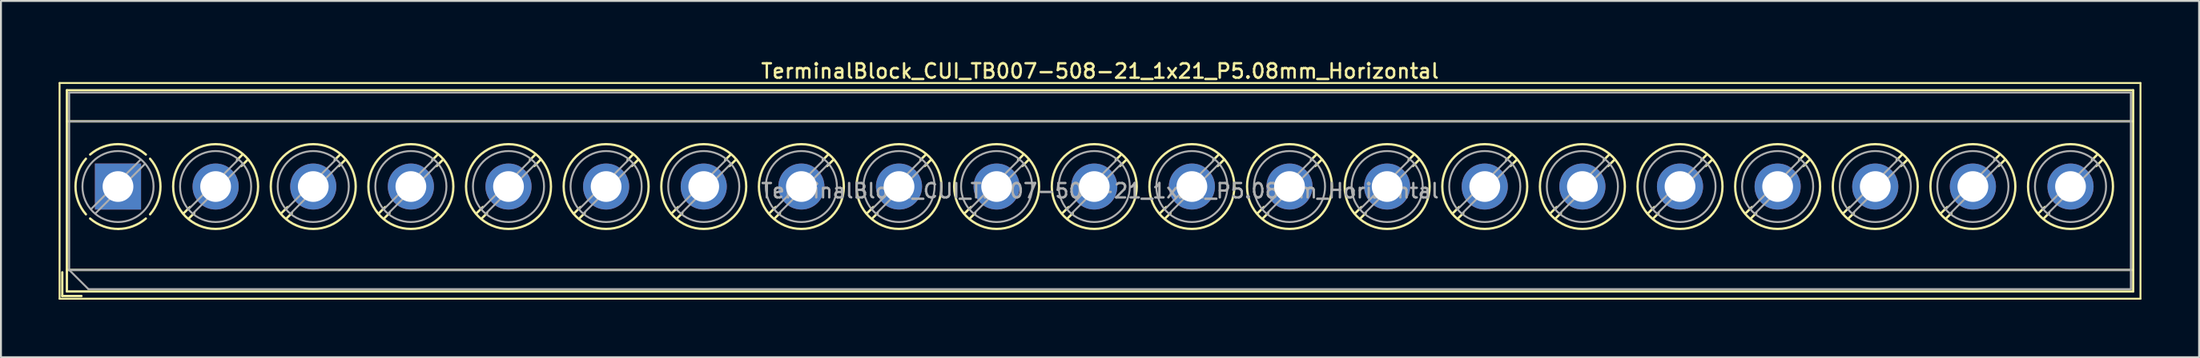
<source format=kicad_pcb>
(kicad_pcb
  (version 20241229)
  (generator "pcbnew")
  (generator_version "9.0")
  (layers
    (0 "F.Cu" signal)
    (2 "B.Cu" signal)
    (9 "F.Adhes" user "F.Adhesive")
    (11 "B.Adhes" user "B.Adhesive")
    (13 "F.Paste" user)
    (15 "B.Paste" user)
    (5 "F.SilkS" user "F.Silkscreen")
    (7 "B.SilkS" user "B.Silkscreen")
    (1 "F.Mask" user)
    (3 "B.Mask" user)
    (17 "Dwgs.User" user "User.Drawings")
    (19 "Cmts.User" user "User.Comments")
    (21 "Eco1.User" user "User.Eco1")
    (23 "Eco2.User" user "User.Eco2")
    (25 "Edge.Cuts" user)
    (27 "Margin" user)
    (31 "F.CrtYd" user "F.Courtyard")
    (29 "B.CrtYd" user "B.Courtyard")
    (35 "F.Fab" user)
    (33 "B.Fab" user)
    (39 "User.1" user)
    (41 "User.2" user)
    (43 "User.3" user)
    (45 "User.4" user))
  (footprint "TerminalBlock_CUI_TB007-508-21_1x21_P5.08mm_Horizontal"
    (layer "F.Cu")
    (at 3.09 6.678)
    (property "Reference" "TerminalBlock_CUI_TB007-508-21_1x21_P5.08mm_Horizontal" (at 51.1 -6.02 0) (layer "F.SilkS") (effects (font (size 0.75 0.75) (thickness 0.125))))
    (attr through_hole)
    (fp_line (start -3.04 -5.4) (end -3.04 5.85) (stroke (width 0.1) (type solid)) (layer "F.SilkS"))
    (fp_line (start -3.04 5.85) (end 105.24 5.85) (stroke (width 0.1) (type solid)) (layer "F.SilkS"))
    (fp_line (start -2.9 4.47) (end -2.9 5.71) (stroke (width 0.12) (type solid)) (layer "F.SilkS"))
    (fp_line (start -2.9 5.71) (end -1.9 5.71) (stroke (width 0.12) (type solid)) (layer "F.SilkS"))
    (fp_line (start -2.66 -5.02) (end -2.66 5.47) (stroke (width 0.12) (type solid)) (layer "F.SilkS"))
    (fp_line (start -2.66 -5.02) (end 104.86 -5.02) (stroke (width 0.12) (type solid)) (layer "F.SilkS"))
    (fp_line (start -2.66 -3.401) (end 104.86 -3.401) (stroke (width 0.12) (type solid)) (layer "F.SilkS"))
    (fp_line (start -2.66 4.35) (end 104.86 4.35) (stroke (width 0.12) (type solid)) (layer "F.SilkS"))
    (fp_line (start -2.66 5.47) (end 104.86 5.47) (stroke (width 0.12) (type solid)) (layer "F.SilkS"))
    (fp_line (start 3.743 1.068) (end 3.404 1.407) (stroke (width 0.12) (type solid)) (layer "F.SilkS"))
    (fp_line (start 3.967 1.384) (end 3.674 1.676) (stroke (width 0.12) (type solid)) (layer "F.SilkS"))
    (fp_line (start 6.487 -1.676) (end 6.194 -1.384) (stroke (width 0.12) (type solid)) (layer "F.SilkS"))
    (fp_line (start 6.757 -1.407) (end 6.418 -1.068) (stroke (width 0.12) (type solid)) (layer "F.SilkS"))
    (fp_line (start 8.823 1.068) (end 8.484 1.407) (stroke (width 0.12) (type solid)) (layer "F.SilkS"))
    (fp_line (start 9.047 1.384) (end 8.754 1.676) (stroke (width 0.12) (type solid)) (layer "F.SilkS"))
    (fp_line (start 11.567 -1.676) (end 11.274 -1.384) (stroke (width 0.12) (type solid)) (layer "F.SilkS"))
    (fp_line (start 11.837 -1.407) (end 11.498 -1.068) (stroke (width 0.12) (type solid)) (layer "F.SilkS"))
    (fp_line (start 13.903 1.068) (end 13.564 1.407) (stroke (width 0.12) (type solid)) (layer "F.SilkS"))
    (fp_line (start 14.127 1.384) (end 13.834 1.676) (stroke (width 0.12) (type solid)) (layer "F.SilkS"))
    (fp_line (start 16.647 -1.676) (end 16.354 -1.384) (stroke (width 0.12) (type solid)) (layer "F.SilkS"))
    (fp_line (start 16.917 -1.407) (end 16.578 -1.068) (stroke (width 0.12) (type solid)) (layer "F.SilkS"))
    (fp_line (start 18.983 1.068) (end 18.644 1.407) (stroke (width 0.12) (type solid)) (layer "F.SilkS"))
    (fp_line (start 19.207 1.384) (end 18.914 1.676) (stroke (width 0.12) (type solid)) (layer "F.SilkS"))
    (fp_line (start 21.727 -1.676) (end 21.434 -1.384) (stroke (width 0.12) (type solid)) (layer "F.SilkS"))
    (fp_line (start 21.997 -1.407) (end 21.658 -1.068) (stroke (width 0.12) (type solid)) (layer "F.SilkS"))
    (fp_line (start 24.063 1.068) (end 23.724 1.407) (stroke (width 0.12) (type solid)) (layer "F.SilkS"))
    (fp_line (start 24.287 1.384) (end 23.994 1.676) (stroke (width 0.12) (type solid)) (layer "F.SilkS"))
    (fp_line (start 26.807 -1.676) (end 26.514 -1.384) (stroke (width 0.12) (type solid)) (layer "F.SilkS"))
    (fp_line (start 27.077 -1.407) (end 26.738 -1.068) (stroke (width 0.12) (type solid)) (layer "F.SilkS"))
    (fp_line (start 29.143 1.068) (end 28.804 1.407) (stroke (width 0.12) (type solid)) (layer "F.SilkS"))
    (fp_line (start 29.367 1.384) (end 29.074 1.676) (stroke (width 0.12) (type solid)) (layer "F.SilkS"))
    (fp_line (start 31.887 -1.676) (end 31.594 -1.384) (stroke (width 0.12) (type solid)) (layer "F.SilkS"))
    (fp_line (start 32.157 -1.407) (end 31.818 -1.068) (stroke (width 0.12) (type solid)) (layer "F.SilkS"))
    (fp_line (start 34.223 1.068) (end 33.884 1.407) (stroke (width 0.12) (type solid)) (layer "F.SilkS"))
    (fp_line (start 34.447 1.384) (end 34.154 1.676) (stroke (width 0.12) (type solid)) (layer "F.SilkS"))
    (fp_line (start 36.967 -1.676) (end 36.674 -1.384) (stroke (width 0.12) (type solid)) (layer "F.SilkS"))
    (fp_line (start 37.237 -1.407) (end 36.898 -1.068) (stroke (width 0.12) (type solid)) (layer "F.SilkS"))
    (fp_line (start 39.303 1.068) (end 38.964 1.407) (stroke (width 0.12) (type solid)) (layer "F.SilkS"))
    (fp_line (start 39.527 1.384) (end 39.234 1.676) (stroke (width 0.12) (type solid)) (layer "F.SilkS"))
    (fp_line (start 42.047 -1.676) (end 41.754 -1.384) (stroke (width 0.12) (type solid)) (layer "F.SilkS"))
    (fp_line (start 42.317 -1.407) (end 41.978 -1.068) (stroke (width 0.12) (type solid)) (layer "F.SilkS"))
    (fp_line (start 44.383 1.068) (end 44.044 1.407) (stroke (width 0.12) (type solid)) (layer "F.SilkS"))
    (fp_line (start 44.607 1.384) (end 44.314 1.676) (stroke (width 0.12) (type solid)) (layer "F.SilkS"))
    (fp_line (start 47.127 -1.676) (end 46.834 -1.384) (stroke (width 0.12) (type solid)) (layer "F.SilkS"))
    (fp_line (start 47.397 -1.407) (end 47.058 -1.068) (stroke (width 0.12) (type solid)) (layer "F.SilkS"))
    (fp_line (start 49.463 1.068) (end 49.124 1.407) (stroke (width 0.12) (type solid)) (layer "F.SilkS"))
    (fp_line (start 49.687 1.384) (end 49.394 1.676) (stroke (width 0.12) (type solid)) (layer "F.SilkS"))
    (fp_line (start 52.207 -1.676) (end 51.914 -1.384) (stroke (width 0.12) (type solid)) (layer "F.SilkS"))
    (fp_line (start 52.477 -1.407) (end 52.138 -1.068) (stroke (width 0.12) (type solid)) (layer "F.SilkS"))
    (fp_line (start 54.543 1.068) (end 54.204 1.407) (stroke (width 0.12) (type solid)) (layer "F.SilkS"))
    (fp_line (start 54.767 1.384) (end 54.474 1.676) (stroke (width 0.12) (type solid)) (layer "F.SilkS"))
    (fp_line (start 57.287 -1.676) (end 56.994 -1.384) (stroke (width 0.12) (type solid)) (layer "F.SilkS"))
    (fp_line (start 57.557 -1.407) (end 57.218 -1.068) (stroke (width 0.12) (type solid)) (layer "F.SilkS"))
    (fp_line (start 59.623 1.068) (end 59.284 1.407) (stroke (width 0.12) (type solid)) (layer "F.SilkS"))
    (fp_line (start 59.847 1.384) (end 59.554 1.676) (stroke (width 0.12) (type solid)) (layer "F.SilkS"))
    (fp_line (start 62.367 -1.676) (end 62.074 -1.384) (stroke (width 0.12) (type solid)) (layer "F.SilkS"))
    (fp_line (start 62.637 -1.407) (end 62.298 -1.068) (stroke (width 0.12) (type solid)) (layer "F.SilkS"))
    (fp_line (start 64.703 1.068) (end 64.364 1.407) (stroke (width 0.12) (type solid)) (layer "F.SilkS"))
    (fp_line (start 64.927 1.384) (end 64.634 1.676) (stroke (width 0.12) (type solid)) (layer "F.SilkS"))
    (fp_line (start 67.447 -1.676) (end 67.154 -1.384) (stroke (width 0.12) (type solid)) (layer "F.SilkS"))
    (fp_line (start 67.717 -1.407) (end 67.378 -1.068) (stroke (width 0.12) (type solid)) (layer "F.SilkS"))
    (fp_line (start 69.783 1.068) (end 69.444 1.407) (stroke (width 0.12) (type solid)) (layer "F.SilkS"))
    (fp_line (start 70.007 1.384) (end 69.714 1.676) (stroke (width 0.12) (type solid)) (layer "F.SilkS"))
    (fp_line (start 72.527 -1.676) (end 72.234 -1.384) (stroke (width 0.12) (type solid)) (layer "F.SilkS"))
    (fp_line (start 72.797 -1.407) (end 72.458 -1.068) (stroke (width 0.12) (type solid)) (layer "F.SilkS"))
    (fp_line (start 74.863 1.068) (end 74.524 1.407) (stroke (width 0.12) (type solid)) (layer "F.SilkS"))
    (fp_line (start 75.087 1.384) (end 74.794 1.676) (stroke (width 0.12) (type solid)) (layer "F.SilkS"))
    (fp_line (start 77.607 -1.676) (end 77.314 -1.384) (stroke (width 0.12) (type solid)) (layer "F.SilkS"))
    (fp_line (start 77.877 -1.407) (end 77.538 -1.068) (stroke (width 0.12) (type solid)) (layer "F.SilkS"))
    (fp_line (start 79.943 1.068) (end 79.604 1.407) (stroke (width 0.12) (type solid)) (layer "F.SilkS"))
    (fp_line (start 80.167 1.384) (end 79.874 1.676) (stroke (width 0.12) (type solid)) (layer "F.SilkS"))
    (fp_line (start 82.687 -1.676) (end 82.394 -1.384) (stroke (width 0.12) (type solid)) (layer "F.SilkS"))
    (fp_line (start 82.957 -1.407) (end 82.618 -1.068) (stroke (width 0.12) (type solid)) (layer "F.SilkS"))
    (fp_line (start 85.023 1.068) (end 84.684 1.407) (stroke (width 0.12) (type solid)) (layer "F.SilkS"))
    (fp_line (start 85.247 1.384) (end 84.954 1.676) (stroke (width 0.12) (type solid)) (layer "F.SilkS"))
    (fp_line (start 87.767 -1.676) (end 87.474 -1.384) (stroke (width 0.12) (type solid)) (layer "F.SilkS"))
    (fp_line (start 88.037 -1.407) (end 87.698 -1.068) (stroke (width 0.12) (type solid)) (layer "F.SilkS"))
    (fp_line (start 90.103 1.068) (end 89.764 1.407) (stroke (width 0.12) (type solid)) (layer "F.SilkS"))
    (fp_line (start 90.327 1.384) (end 90.034 1.676) (stroke (width 0.12) (type solid)) (layer "F.SilkS"))
    (fp_line (start 92.847 -1.676) (end 92.554 -1.384) (stroke (width 0.12) (type solid)) (layer "F.SilkS"))
    (fp_line (start 93.117 -1.407) (end 92.778 -1.068) (stroke (width 0.12) (type solid)) (layer "F.SilkS"))
    (fp_line (start 95.183 1.068) (end 94.844 1.407) (stroke (width 0.12) (type solid)) (layer "F.SilkS"))
    (fp_line (start 95.407 1.384) (end 95.114 1.676) (stroke (width 0.12) (type solid)) (layer "F.SilkS"))
    (fp_line (start 97.927 -1.676) (end 97.634 -1.384) (stroke (width 0.12) (type solid)) (layer "F.SilkS"))
    (fp_line (start 98.197 -1.407) (end 97.858 -1.068) (stroke (width 0.12) (type solid)) (layer "F.SilkS"))
    (fp_line (start 100.263 1.068) (end 99.924 1.407) (stroke (width 0.12) (type solid)) (layer "F.SilkS"))
    (fp_line (start 100.487 1.384) (end 100.194 1.676) (stroke (width 0.12) (type solid)) (layer "F.SilkS"))
    (fp_line (start 103.007 -1.676) (end 102.714 -1.384) (stroke (width 0.12) (type solid)) (layer "F.SilkS"))
    (fp_line (start 103.277 -1.407) (end 102.938 -1.068) (stroke (width 0.12) (type solid)) (layer "F.SilkS"))
    (fp_line (start 104.86 -5.02) (end 104.86 5.47) (stroke (width 0.12) (type solid)) (layer "F.SilkS"))
    (fp_line (start 105.24 -5.4) (end -3.04 -5.4) (stroke (width 0.1) (type solid)) (layer "F.SilkS"))
    (fp_line (start 105.24 5.85) (end 105.24 -5.4) (stroke (width 0.1) (type solid)) (layer "F.SilkS"))
    (fp_arc (start -1.66902 1.449827) (mid -2.210797 -0.000777) (end -1.668 -1.451) (stroke (width 0.12) (type solid)) (layer "F.SilkS"))
    (fp_arc (start -1.449827 -1.66902) (mid 0.000777 -2.210797) (end 1.451 -1.668) (stroke (width 0.12) (type solid)) (layer "F.SilkS"))
    (fp_arc (start 0.037807 2.210474) (mid -0.756867 2.077204) (end -1.451 1.668) (stroke (width 0.12) (type solid)) (layer "F.SilkS"))
    (fp_arc (start 1.44989 1.667908) (mid 0.773958 2.070046) (end 0 2.21) (stroke (width 0.12) (type solid)) (layer "F.SilkS"))
    (fp_arc (start 1.668029 -1.449966) (mid 2.210141 0.000022) (end 1.668 1.45) (stroke (width 0.12) (type solid)) (layer "F.SilkS"))
    (fp_circle (center 5.08 0) (end 7.29 0) (stroke (width 0.12) (type solid)) (fill no) (layer "F.SilkS"))
    (fp_circle (center 10.16 0) (end 12.37 0) (stroke (width 0.12) (type solid)) (fill no) (layer "F.SilkS"))
    (fp_circle (center 15.24 0) (end 17.45 0) (stroke (width 0.12) (type solid)) (fill no) (layer "F.SilkS"))
    (fp_circle (center 20.32 0) (end 22.53 0) (stroke (width 0.12) (type solid)) (fill no) (layer "F.SilkS"))
    (fp_circle (center 25.4 0) (end 27.61 0) (stroke (width 0.12) (type solid)) (fill no) (layer "F.SilkS"))
    (fp_circle (center 30.48 0) (end 32.69 0) (stroke (width 0.12) (type solid)) (fill no) (layer "F.SilkS"))
    (fp_circle (center 35.56 0) (end 37.77 0) (stroke (width 0.12) (type solid)) (fill no) (layer "F.SilkS"))
    (fp_circle (center 40.64 0) (end 42.85 0) (stroke (width 0.12) (type solid)) (fill no) (layer "F.SilkS"))
    (fp_circle (center 45.72 0) (end 47.93 0) (stroke (width 0.12) (type solid)) (fill no) (layer "F.SilkS"))
    (fp_circle (center 50.8 0) (end 53.01 0) (stroke (width 0.12) (type solid)) (fill no) (layer "F.SilkS"))
    (fp_circle (center 55.88 0) (end 58.09 0) (stroke (width 0.12) (type solid)) (fill no) (layer "F.SilkS"))
    (fp_circle (center 60.96 0) (end 63.17 0) (stroke (width 0.12) (type solid)) (fill no) (layer "F.SilkS"))
    (fp_circle (center 66.04 0) (end 68.25 0) (stroke (width 0.12) (type solid)) (fill no) (layer "F.SilkS"))
    (fp_circle (center 71.12 0) (end 73.33 0) (stroke (width 0.12) (type solid)) (fill no) (layer "F.SilkS"))
    (fp_circle (center 76.2 0) (end 78.41 0) (stroke (width 0.12) (type solid)) (fill no) (layer "F.SilkS"))
    (fp_circle (center 81.28 0) (end 83.49 0) (stroke (width 0.12) (type solid)) (fill no) (layer "F.SilkS"))
    (fp_circle (center 86.36 0) (end 88.57 0) (stroke (width 0.12) (type solid)) (fill no) (layer "F.SilkS"))
    (fp_circle (center 91.44 0) (end 93.65 0) (stroke (width 0.12) (type solid)) (fill no) (layer "F.SilkS"))
    (fp_circle (center 96.52 0) (end 98.73 0) (stroke (width 0.12) (type solid)) (fill no) (layer "F.SilkS"))
    (fp_circle (center 101.6 0) (end 103.81 0) (stroke (width 0.12) (type solid)) (fill no) (layer "F.SilkS"))
    (fp_line (start -2.54 -4.9) (end 104.74 -4.9) (stroke (width 0.1) (type solid)) (layer "F.Fab"))
    (fp_line (start -2.54 -3.4) (end 104.74 -3.4) (stroke (width 0.1) (type solid)) (layer "F.Fab"))
    (fp_line (start -2.54 4.35) (end -2.54 -4.9) (stroke (width 0.1) (type solid)) (layer "F.Fab"))
    (fp_line (start -2.54 4.35) (end 104.74 4.35) (stroke (width 0.1) (type solid)) (layer "F.Fab"))
    (fp_line (start -1.54 5.35) (end -2.54 4.35) (stroke (width 0.1) (type solid)) (layer "F.Fab"))
    (fp_line (start 1.178 -1.403) (end -1.404 1.178) (stroke (width 0.1) (type solid)) (layer "F.Fab"))
    (fp_line (start 1.404 -1.178) (end -1.178 1.403) (stroke (width 0.1) (type solid)) (layer "F.Fab"))
    (fp_line (start 6.258 -1.403) (end 3.677 1.178) (stroke (width 0.1) (type solid)) (layer "F.Fab"))
    (fp_line (start 6.484 -1.178) (end 3.903 1.403) (stroke (width 0.1) (type solid)) (layer "F.Fab"))
    (fp_line (start 11.338 -1.403) (end 8.757 1.178) (stroke (width 0.1) (type solid)) (layer "F.Fab"))
    (fp_line (start 11.564 -1.178) (end 8.983 1.403) (stroke (width 0.1) (type solid)) (layer "F.Fab"))
    (fp_line (start 16.418 -1.403) (end 13.837 1.178) (stroke (width 0.1) (type solid)) (layer "F.Fab"))
    (fp_line (start 16.644 -1.178) (end 14.063 1.403) (stroke (width 0.1) (type solid)) (layer "F.Fab"))
    (fp_line (start 21.498 -1.403) (end 18.917 1.178) (stroke (width 0.1) (type solid)) (layer "F.Fab"))
    (fp_line (start 21.724 -1.178) (end 19.143 1.403) (stroke (width 0.1) (type solid)) (layer "F.Fab"))
    (fp_line (start 26.578 -1.403) (end 23.997 1.178) (stroke (width 0.1) (type solid)) (layer "F.Fab"))
    (fp_line (start 26.804 -1.178) (end 24.223 1.403) (stroke (width 0.1) (type solid)) (layer "F.Fab"))
    (fp_line (start 31.658 -1.403) (end 29.077 1.178) (stroke (width 0.1) (type solid)) (layer "F.Fab"))
    (fp_line (start 31.884 -1.178) (end 29.303 1.403) (stroke (width 0.1) (type solid)) (layer "F.Fab"))
    (fp_line (start 36.738 -1.403) (end 34.157 1.178) (stroke (width 0.1) (type solid)) (layer "F.Fab"))
    (fp_line (start 36.964 -1.178) (end 34.383 1.403) (stroke (width 0.1) (type solid)) (layer "F.Fab"))
    (fp_line (start 41.818 -1.403) (end 39.237 1.178) (stroke (width 0.1) (type solid)) (layer "F.Fab"))
    (fp_line (start 42.044 -1.178) (end 39.463 1.403) (stroke (width 0.1) (type solid)) (layer "F.Fab"))
    (fp_line (start 46.898 -1.403) (end 44.317 1.178) (stroke (width 0.1) (type solid)) (layer "F.Fab"))
    (fp_line (start 47.124 -1.178) (end 44.543 1.403) (stroke (width 0.1) (type solid)) (layer "F.Fab"))
    (fp_line (start 51.978 -1.403) (end 49.397 1.178) (stroke (width 0.1) (type solid)) (layer "F.Fab"))
    (fp_line (start 52.204 -1.178) (end 49.623 1.403) (stroke (width 0.1) (type solid)) (layer "F.Fab"))
    (fp_line (start 57.058 -1.403) (end 54.477 1.178) (stroke (width 0.1) (type solid)) (layer "F.Fab"))
    (fp_line (start 57.284 -1.178) (end 54.703 1.403) (stroke (width 0.1) (type solid)) (layer "F.Fab"))
    (fp_line (start 62.138 -1.403) (end 59.557 1.178) (stroke (width 0.1) (type solid)) (layer "F.Fab"))
    (fp_line (start 62.364 -1.178) (end 59.783 1.403) (stroke (width 0.1) (type solid)) (layer "F.Fab"))
    (fp_line (start 67.218 -1.403) (end 64.637 1.178) (stroke (width 0.1) (type solid)) (layer "F.Fab"))
    (fp_line (start 67.444 -1.178) (end 64.863 1.403) (stroke (width 0.1) (type solid)) (layer "F.Fab"))
    (fp_line (start 72.298 -1.403) (end 69.717 1.178) (stroke (width 0.1) (type solid)) (layer "F.Fab"))
    (fp_line (start 72.524 -1.178) (end 69.943 1.403) (stroke (width 0.1) (type solid)) (layer "F.Fab"))
    (fp_line (start 77.378 -1.403) (end 74.797 1.178) (stroke (width 0.1) (type solid)) (layer "F.Fab"))
    (fp_line (start 77.604 -1.178) (end 75.023 1.403) (stroke (width 0.1) (type solid)) (layer "F.Fab"))
    (fp_line (start 82.458 -1.403) (end 79.877 1.178) (stroke (width 0.1) (type solid)) (layer "F.Fab"))
    (fp_line (start 82.684 -1.178) (end 80.103 1.403) (stroke (width 0.1) (type solid)) (layer "F.Fab"))
    (fp_line (start 87.538 -1.403) (end 84.957 1.178) (stroke (width 0.1) (type solid)) (layer "F.Fab"))
    (fp_line (start 87.764 -1.178) (end 85.183 1.403) (stroke (width 0.1) (type solid)) (layer "F.Fab"))
    (fp_line (start 92.618 -1.403) (end 90.037 1.178) (stroke (width 0.1) (type solid)) (layer "F.Fab"))
    (fp_line (start 92.844 -1.178) (end 90.263 1.403) (stroke (width 0.1) (type solid)) (layer "F.Fab"))
    (fp_line (start 97.698 -1.403) (end 95.117 1.178) (stroke (width 0.1) (type solid)) (layer "F.Fab"))
    (fp_line (start 97.924 -1.178) (end 95.343 1.403) (stroke (width 0.1) (type solid)) (layer "F.Fab"))
    (fp_line (start 102.778 -1.403) (end 100.197 1.178) (stroke (width 0.1) (type solid)) (layer "F.Fab"))
    (fp_line (start 103.004 -1.178) (end 100.423 1.403) (stroke (width 0.1) (type solid)) (layer "F.Fab"))
    (fp_line (start 104.74 -4.9) (end 104.74 5.35) (stroke (width 0.1) (type solid)) (layer "F.Fab"))
    (fp_line (start 104.74 5.35) (end -1.54 5.35) (stroke (width 0.1) (type solid)) (layer "F.Fab"))
    (fp_circle (center 0 0) (end 1.85 0) (stroke (width 0.1) (type solid)) (fill no) (layer "F.Fab"))
    (fp_circle (center 5.08 0) (end 6.93 0) (stroke (width 0.1) (type solid)) (fill no) (layer "F.Fab"))
    (fp_circle (center 10.16 0) (end 12.01 0) (stroke (width 0.1) (type solid)) (fill no) (layer "F.Fab"))
    (fp_circle (center 15.24 0) (end 17.09 0) (stroke (width 0.1) (type solid)) (fill no) (layer "F.Fab"))
    (fp_circle (center 20.32 0) (end 22.17 0) (stroke (width 0.1) (type solid)) (fill no) (layer "F.Fab"))
    (fp_circle (center 25.4 0) (end 27.25 0) (stroke (width 0.1) (type solid)) (fill no) (layer "F.Fab"))
    (fp_circle (center 30.48 0) (end 32.33 0) (stroke (width 0.1) (type solid)) (fill no) (layer "F.Fab"))
    (fp_circle (center 35.56 0) (end 37.41 0) (stroke (width 0.1) (type solid)) (fill no) (layer "F.Fab"))
    (fp_circle (center 40.64 0) (end 42.49 0) (stroke (width 0.1) (type solid)) (fill no) (layer "F.Fab"))
    (fp_circle (center 45.72 0) (end 47.57 0) (stroke (width 0.1) (type solid)) (fill no) (layer "F.Fab"))
    (fp_circle (center 50.8 0) (end 52.65 0) (stroke (width 0.1) (type solid)) (fill no) (layer "F.Fab"))
    (fp_circle (center 55.88 0) (end 57.73 0) (stroke (width 0.1) (type solid)) (fill no) (layer "F.Fab"))
    (fp_circle (center 60.96 0) (end 62.81 0) (stroke (width 0.1) (type solid)) (fill no) (layer "F.Fab"))
    (fp_circle (center 66.04 0) (end 67.89 0) (stroke (width 0.1) (type solid)) (fill no) (layer "F.Fab"))
    (fp_circle (center 71.12 0) (end 72.97 0) (stroke (width 0.1) (type solid)) (fill no) (layer "F.Fab"))
    (fp_circle (center 76.2 0) (end 78.05 0) (stroke (width 0.1) (type solid)) (fill no) (layer "F.Fab"))
    (fp_circle (center 81.28 0) (end 83.13 0) (stroke (width 0.1) (type solid)) (fill no) (layer "F.Fab"))
    (fp_circle (center 86.36 0) (end 88.21 0) (stroke (width 0.1) (type solid)) (fill no) (layer "F.Fab"))
    (fp_circle (center 91.44 0) (end 93.29 0) (stroke (width 0.1) (type solid)) (fill no) (layer "F.Fab"))
    (fp_circle (center 96.52 0) (end 98.37 0) (stroke (width 0.1) (type solid)) (fill no) (layer "F.Fab"))
    (fp_circle (center 101.6 0) (end 103.45 0) (stroke (width 0.1) (type solid)) (fill no) (layer "F.Fab"))
    (fp_text user "${REFERENCE}" (at 51.1 0.225 0) (layer "F.Fab") (effects (font (size 0.75 0.75) (thickness 0.125))))
    (pad "1" thru_hole rect (at 0 0) (size 2.4 2.4) (drill 1.6) (layers "*.Cu" "*.Mask"))
    (pad "2" thru_hole circle (at 5.08 0) (size 2.4 2.4) (drill 1.6) (layers "*.Cu" "*.Mask"))
    (pad "3" thru_hole circle (at 10.16 0) (size 2.4 2.4) (drill 1.6) (layers "*.Cu" "*.Mask"))
    (pad "4" thru_hole circle (at 15.24 0) (size 2.4 2.4) (drill 1.6) (layers "*.Cu" "*.Mask"))
    (pad "5" thru_hole circle (at 20.32 0) (size 2.4 2.4) (drill 1.6) (layers "*.Cu" "*.Mask"))
    (pad "6" thru_hole circle (at 25.4 0) (size 2.4 2.4) (drill 1.6) (layers "*.Cu" "*.Mask"))
    (pad "7" thru_hole circle (at 30.48 0) (size 2.4 2.4) (drill 1.6) (layers "*.Cu" "*.Mask"))
    (pad "8" thru_hole circle (at 35.56 0) (size 2.4 2.4) (drill 1.6) (layers "*.Cu" "*.Mask"))
    (pad "9" thru_hole circle (at 40.64 0) (size 2.4 2.4) (drill 1.6) (layers "*.Cu" "*.Mask"))
    (pad "10" thru_hole circle (at 45.72 0) (size 2.4 2.4) (drill 1.6) (layers "*.Cu" "*.Mask"))
    (pad "11" thru_hole circle (at 50.8 0) (size 2.4 2.4) (drill 1.6) (layers "*.Cu" "*.Mask"))
    (pad "12" thru_hole circle (at 55.88 0) (size 2.4 2.4) (drill 1.6) (layers "*.Cu" "*.Mask"))
    (pad "13" thru_hole circle (at 60.96 0) (size 2.4 2.4) (drill 1.6) (layers "*.Cu" "*.Mask"))
    (pad "14" thru_hole circle (at 66.04 0) (size 2.4 2.4) (drill 1.6) (layers "*.Cu" "*.Mask"))
    (pad "15" thru_hole circle (at 71.12 0) (size 2.4 2.4) (drill 1.6) (layers "*.Cu" "*.Mask"))
    (pad "16" thru_hole circle (at 76.2 0) (size 2.4 2.4) (drill 1.6) (layers "*.Cu" "*.Mask"))
    (pad "17" thru_hole circle (at 81.28 0) (size 2.4 2.4) (drill 1.6) (layers "*.Cu" "*.Mask"))
    (pad "18" thru_hole circle (at 86.36 0) (size 2.4 2.4) (drill 1.6) (layers "*.Cu" "*.Mask"))
    (pad "19" thru_hole circle (at 91.44 0) (size 2.4 2.4) (drill 1.6) (layers "*.Cu" "*.Mask"))
    (pad "20" thru_hole circle (at 96.52 0) (size 2.4 2.4) (drill 1.6) (layers "*.Cu" "*.Mask"))
    (pad "21" thru_hole circle (at 101.6 0) (size 2.4 2.4) (drill 1.6) (layers "*.Cu" "*.Mask")))
  (gr_rect
    (start -3 -3)
    (end 111.38 15.578)
    (stroke (width 0.1) (type default))
    (fill no)
    (layer "Edge.Cuts")))
</source>
